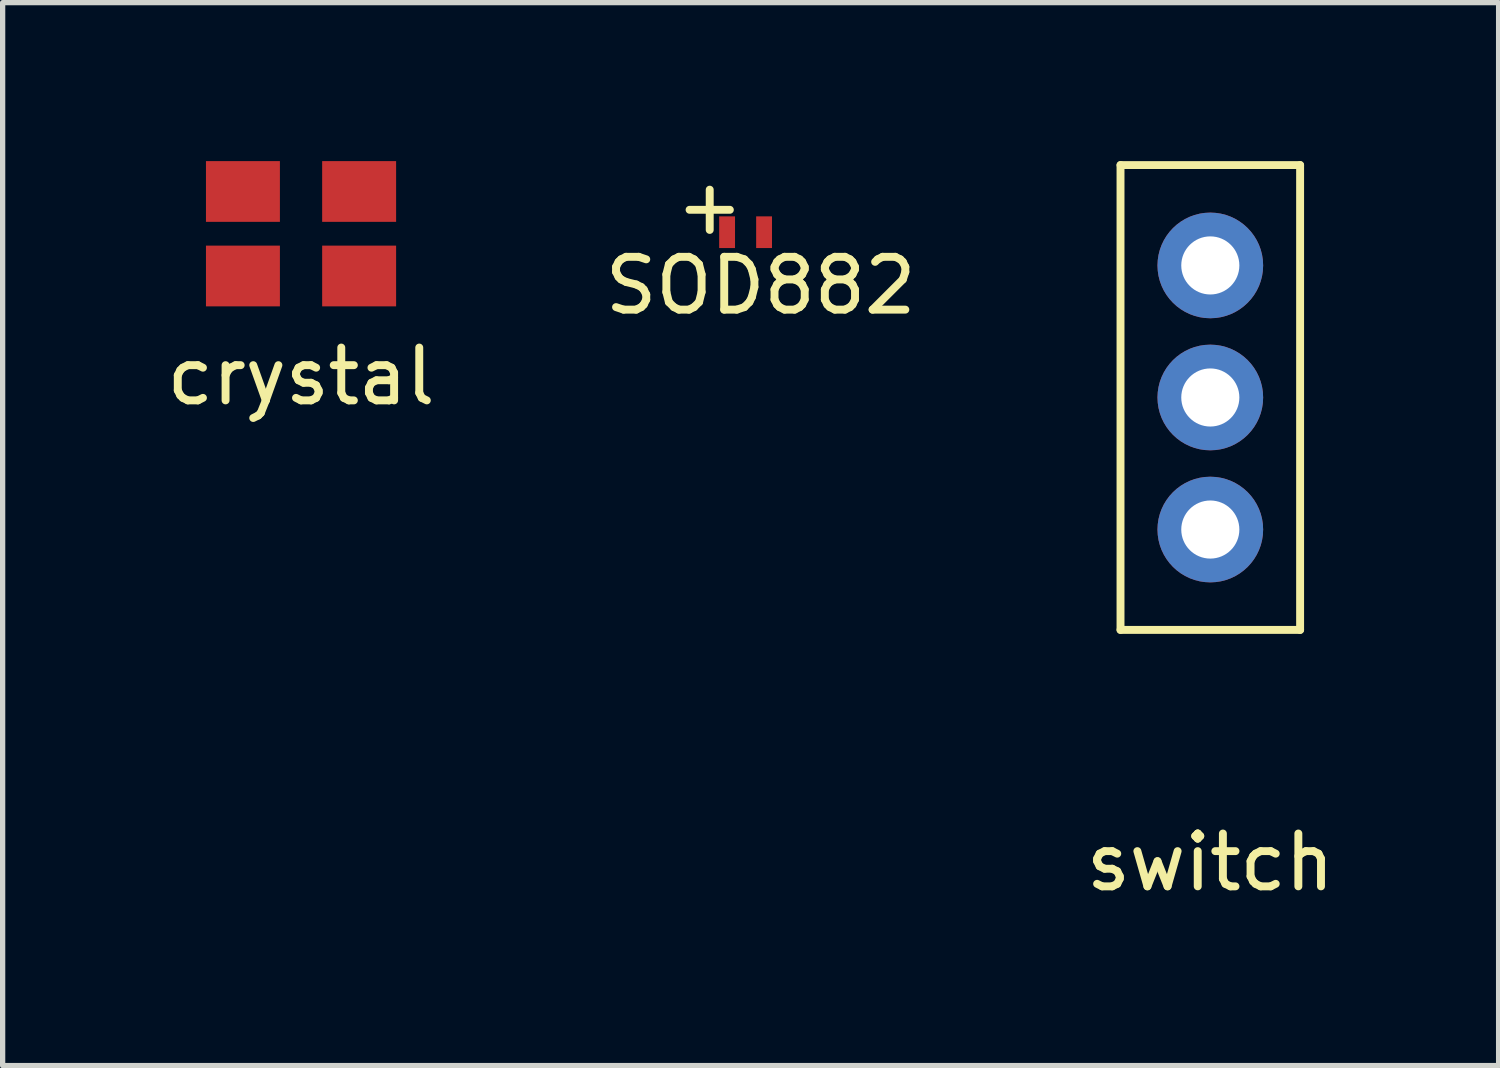
<source format=kicad_pcb>
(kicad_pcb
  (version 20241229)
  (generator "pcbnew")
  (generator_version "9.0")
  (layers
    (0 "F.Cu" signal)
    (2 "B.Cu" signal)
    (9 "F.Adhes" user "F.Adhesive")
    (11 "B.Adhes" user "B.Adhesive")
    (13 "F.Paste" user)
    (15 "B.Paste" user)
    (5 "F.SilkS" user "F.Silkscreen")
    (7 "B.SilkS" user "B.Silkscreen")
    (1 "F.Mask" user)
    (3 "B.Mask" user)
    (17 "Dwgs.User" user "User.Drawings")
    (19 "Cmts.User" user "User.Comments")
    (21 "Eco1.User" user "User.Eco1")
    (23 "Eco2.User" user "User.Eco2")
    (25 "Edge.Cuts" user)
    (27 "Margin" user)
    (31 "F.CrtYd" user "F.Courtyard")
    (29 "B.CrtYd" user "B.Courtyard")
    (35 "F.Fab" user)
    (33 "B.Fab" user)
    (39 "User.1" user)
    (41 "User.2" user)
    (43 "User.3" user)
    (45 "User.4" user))
  (footprint "crystal"
    (layer "F.Cu")
    (at 2.649 1.375)
    (property "Reference" "crystal" (at 0 2.7 0) (layer "F.SilkS") (effects (font (size 1 1) (thickness 0.15))))
    (attr through_hole)
    (pad "1" smd rect (at -1.1 0.8) (size 1.4 1.15) (layers "F.Cu" "F.Mask" "F.Paste"))
    (pad "2" smd rect (at 1.1 0.8) (size 1.4 1.15) (layers "F.Cu" "F.Mask" "F.Paste"))
    (pad "3" smd rect (at 1.1 -0.8) (size 1.4 1.15) (layers "F.Cu" "F.Mask" "F.Paste"))
    (pad "4" smd rect (at -1.1 -0.8) (size 1.4 1.15) (layers "F.Cu" "F.Mask" "F.Paste")))
  (footprint "SOD882"
    (layer "F.Cu")
    (at 11.415 1.346)
    (property "Reference" "SOD882" (at -0.064 1.011 0) (layer "F.SilkS") (effects (font (size 1 1) (thickness 0.15))))
    (attr through_hole)
    (fp_text user "+" (at -1.029 -0.498 0) (layer "F.SilkS") (effects (font (size 1 1) (thickness 0.15))))
    (pad "1" smd rect (at 0 0) (size 0.3 0.6) (layers "F.Cu" "F.Mask" "F.Paste"))
    (pad "2" smd rect (at -0.7 0) (size 0.3 0.6) (layers "F.Cu" "F.Mask" "F.Paste")))
  (footprint "switch"
    (layer "F.Cu")
    (at 19.863 4.475)
    (property "Reference" "switch" (at 0 8.8 0) (layer "F.SilkS") (effects (font (size 1 1) (thickness 0.15))))
    (attr through_hole)
    (fp_line (start -1.7 -4.4) (end -1.7 4.4) (stroke (width 0.15) (type solid)) (layer "F.SilkS"))
    (fp_line (start -1.7 4.4) (end 1.7 4.4) (stroke (width 0.15) (type solid)) (layer "F.SilkS"))
    (fp_line (start 1.7 -4.4) (end -1.7 -4.4) (stroke (width 0.15) (type solid)) (layer "F.SilkS"))
    (fp_line (start 1.7 4.4) (end 1.7 -4.4) (stroke (width 0.15) (type solid)) (layer "F.SilkS"))
    (pad "1" thru_hole circle (at 0 2.5) (size 2 2) (drill 1.1) (layers "*.Cu" "*.Mask"))
    (pad "2" thru_hole circle (at 0 0) (size 2 2) (drill 1.1) (layers "*.Cu" "*.Mask"))
    (pad "3" thru_hole circle (at 0 -2.5) (size 2 2) (drill 1.1) (layers "*.Cu" "*.Mask")))
  (gr_rect
    (start -3 -3)
    (end 25.321 17.123)
    (stroke (width 0.1) (type default))
    (fill no)
    (layer "Edge.Cuts")))
</source>
